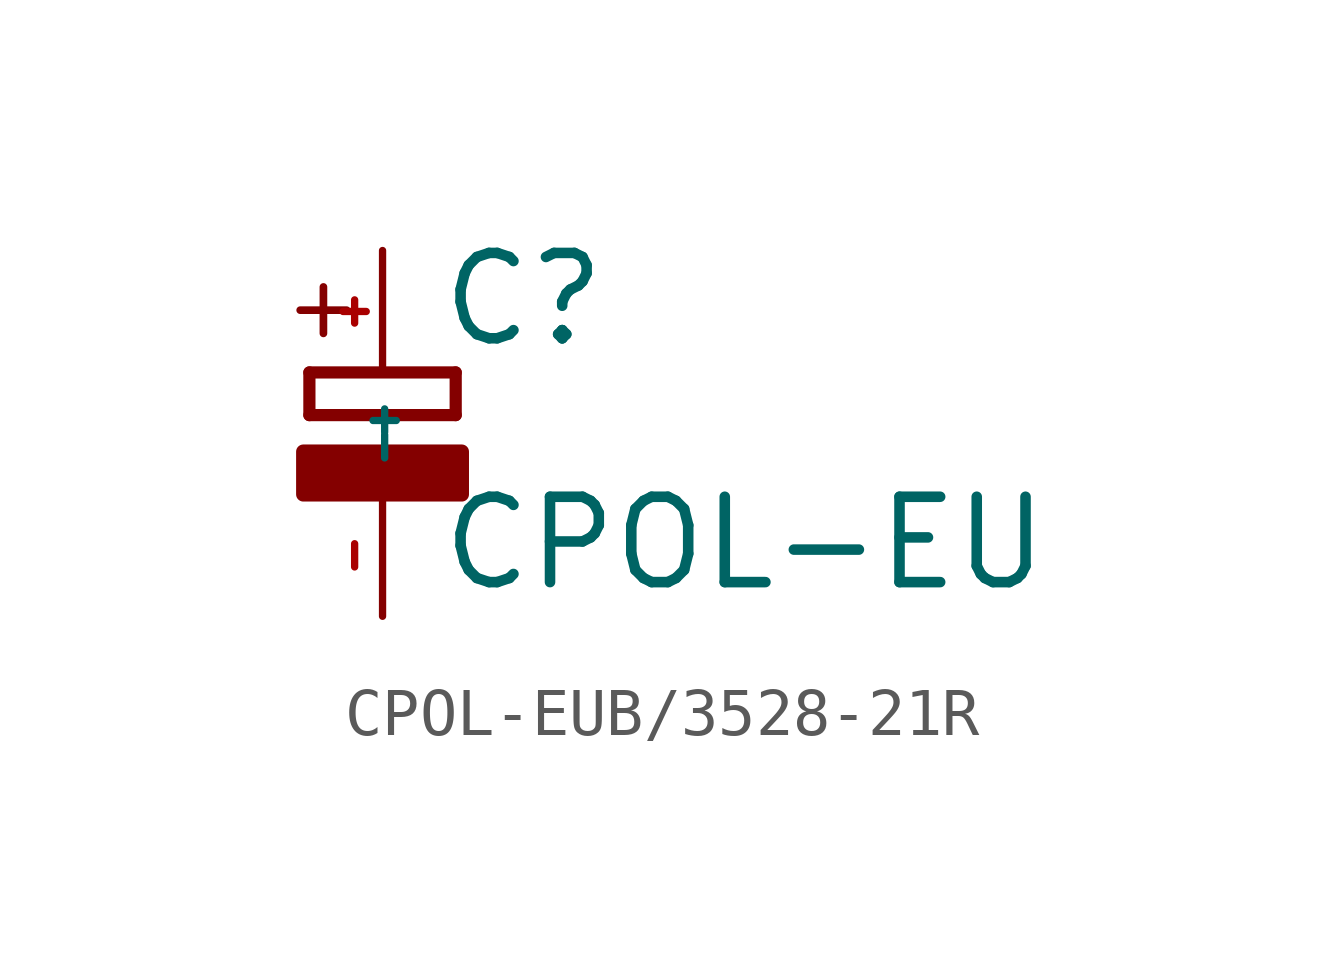
<source format=kicad_sym>
(kicad_symbol_lib
  (version 20220914)
  (generator Eagle2Kicad)
  (symbol "CPOL-EUB/3528-21R"
    (property "Reference" "C"
      (at 1.143 0.483 0)
      (effects (font (size 1.778 1.778) (thickness 0.22)) (justify left bottom)))
    (property "Value" "CPOL-EU"
      (at 1.143 -4.597 0)
      (effects (font (size 1.778 1.778) (thickness 0.22)) (justify left bottom)))
    (polyline
      (pts (xy -1.524 -0.889) (xy 1.524 -0.889))
      (stroke (width 0.254) (type default))
      (fill (type none)))
    (polyline
      (pts (xy 1.524 -0.889) (xy 1.524 0))
      (stroke (width 0.254) (type default))
      (fill (type none)))
    (polyline
      (pts (xy -1.524 0) (xy -1.524 -0.889))
      (stroke (width 0.254) (type default))
      (fill (type none)))
    (polyline
      (pts (xy -1.524 0) (xy 1.524 0))
      (stroke (width 0.254) (type default))
      (fill (type none)))
    (text "+"
      (at -0.584 0.406 900)
      (effects (font (size 1.27 1.27) (thickness 0.16)) (justify left bottom)))
    (rectangle
      (start -1.651 -2.54)
      (end 1.651 -1.651)
      (stroke (width 0.3) (type default))
      (fill (type outline)))
    (pin passive line
      (at 0 -5.08 90)
      (length 2.54)
      (name "-" (effects (font (size 0.635 0.635) (thickness 0.08)) (justify left bottom)))
      (number "-" (effects (font (size 0.635 0.635) (thickness 0.08)) (justify left bottom))))
    (pin passive line
      (at 0 2.54 270)
      (length 2.54)
      (name "+" (effects (font (size 0.635 0.635) (thickness 0.08)) (justify left bottom)))
      (number "+" (effects (font (size 0.635 0.635) (thickness 0.08)) (justify left bottom))))))
</source>
